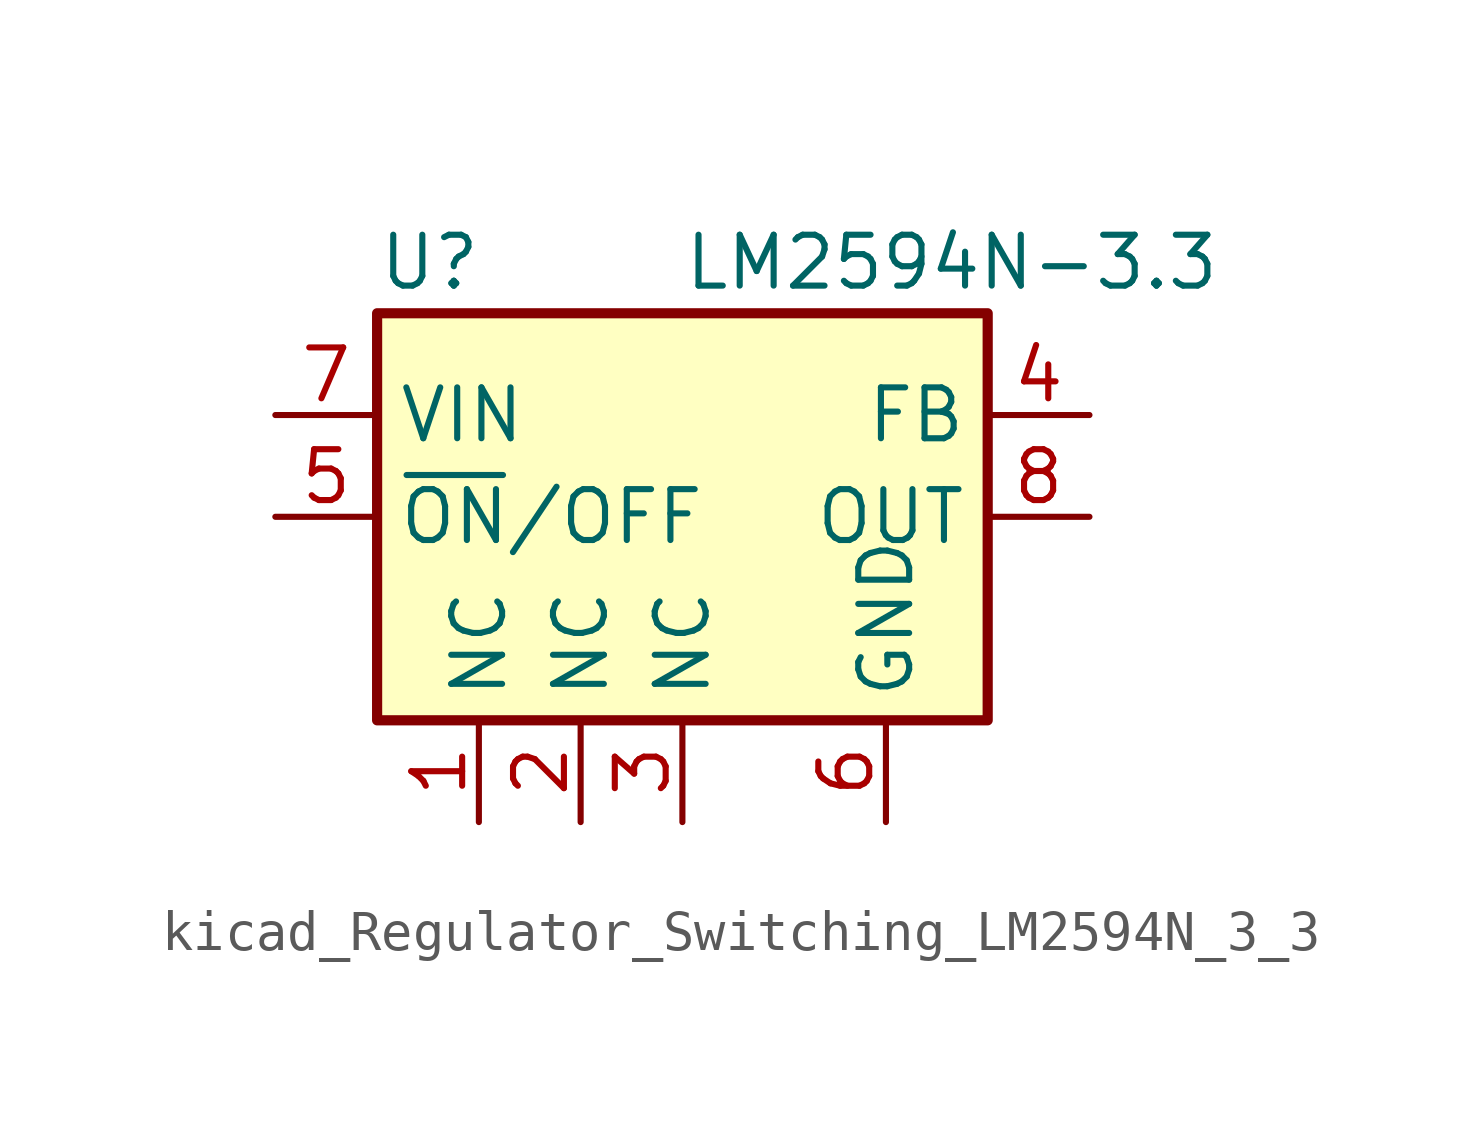
<source format=kicad_sym>
(kicad_symbol_lib
  (version 20220914)
  (generator kicad_symbol_editor)
  (symbol "kicad_Regulator_Switching_LM2594N_3_3"
    (property "Reference" "U"
      (at -7.62 6.35 0)
      (effects (font (size 1.27 1.27)) (justify left)))
    (property "Value" "LM2594N-3.3"
      (at 0 6.35 0)
      (effects (font (size 1.27 1.27)) (justify left)))
    (symbol "kicad_Regulator_Switching_LM2594N_3_3_0_1"
      (rectangle (start -7.62 5.08) (end 7.62 -5.08) (stroke (width 0.254) (type default)) (fill (type background))))
    (symbol "kicad_Regulator_Switching_LM2594N_3_3_1_1"
      (pin passive line (at -5.08 -7.62 90) (length 2.54) (name "NC" (effects (font (size 1.27 1.27)))) (number "1" (effects (font (size 1.27 1.27)))))
      (pin passive line (at -2.54 -7.62 90) (length 2.54) (name "NC" (effects (font (size 1.27 1.27)))) (number "2" (effects (font (size 1.27 1.27)))))
      (pin passive line (at 0 -7.62 90) (length 2.54) (name "NC" (effects (font (size 1.27 1.27)))) (number "3" (effects (font (size 1.27 1.27)))))
      (pin input line (at 10.16 2.54 180) (length 2.54) (name "FB" (effects (font (size 1.27 1.27)))) (number "4" (effects (font (size 1.27 1.27)))))
      (pin input line (at -10.16 0 0) (length 2.54) (name "~{ON}/OFF" (effects (font (size 1.27 1.27)))) (number "5" (effects (font (size 1.27 1.27)))))
      (pin power_in line (at 5.08 -7.62 90) (length 2.54) (name "GND" (effects (font (size 1.27 1.27)))) (number "6" (effects (font (size 1.27 1.27)))))
      (pin power_in line (at -10.16 2.54 0) (length 2.54) (name "VIN" (effects (font (size 1.27 1.27)))) (number "7" (effects (font (size 1.27 1.27)))))
      (pin output line (at 10.16 0 180) (length 2.54) (name "OUT" (effects (font (size 1.27 1.27)))) (number "8" (effects (font (size 1.27 1.27))))))))
</source>
